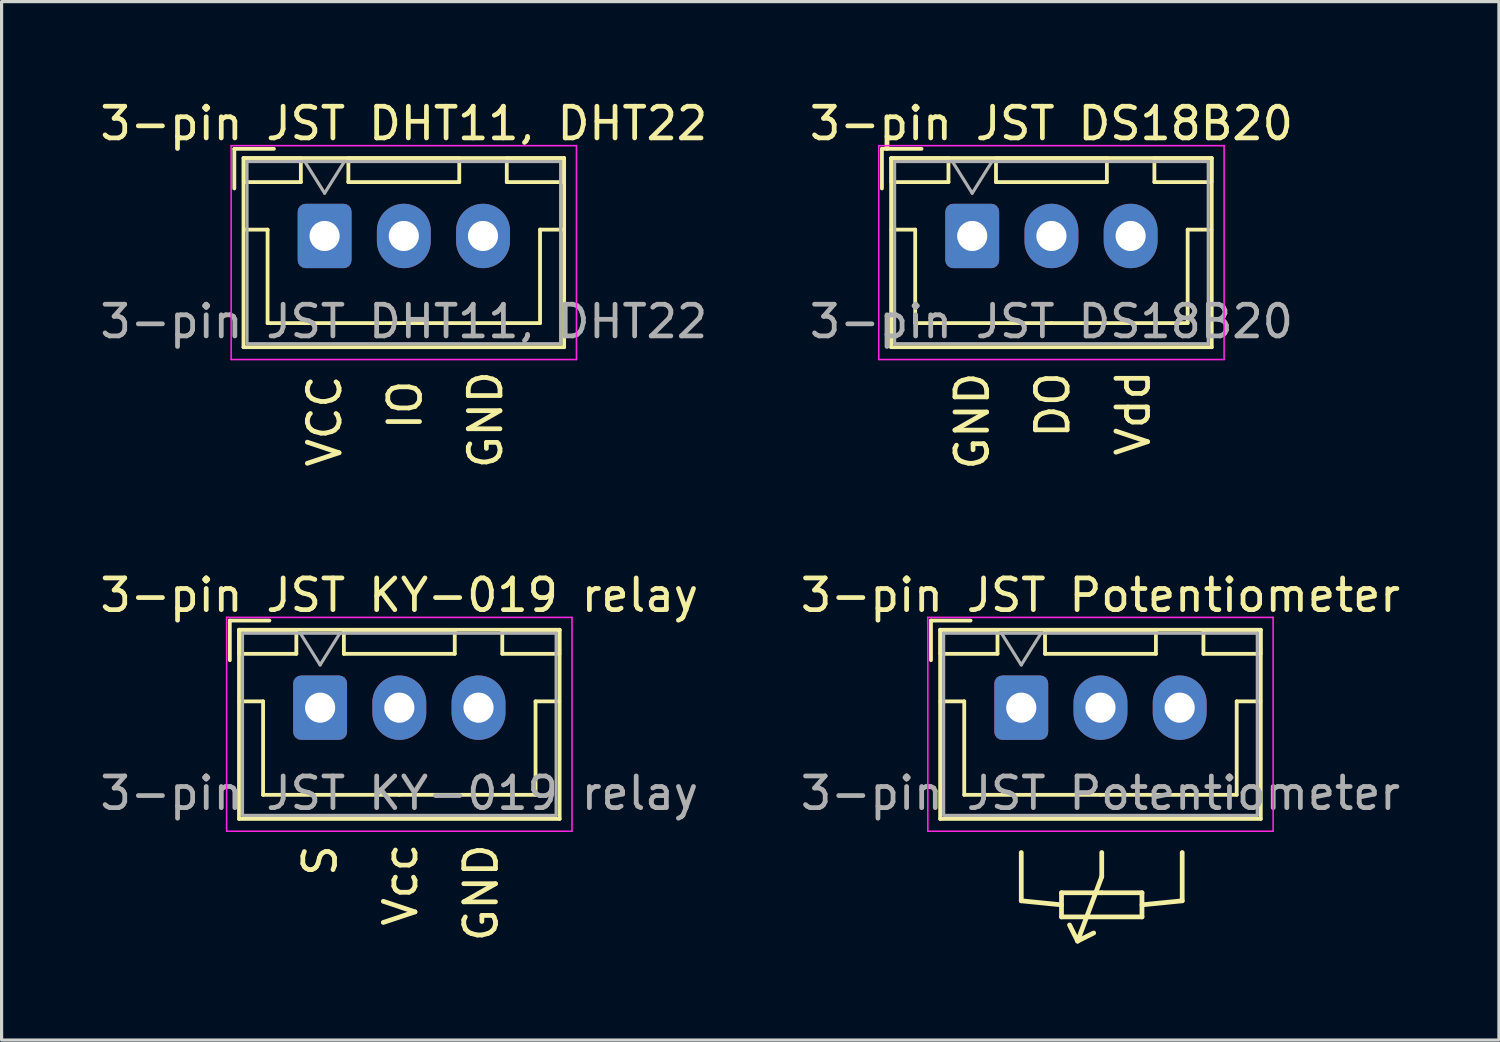
<source format=kicad_pcb>
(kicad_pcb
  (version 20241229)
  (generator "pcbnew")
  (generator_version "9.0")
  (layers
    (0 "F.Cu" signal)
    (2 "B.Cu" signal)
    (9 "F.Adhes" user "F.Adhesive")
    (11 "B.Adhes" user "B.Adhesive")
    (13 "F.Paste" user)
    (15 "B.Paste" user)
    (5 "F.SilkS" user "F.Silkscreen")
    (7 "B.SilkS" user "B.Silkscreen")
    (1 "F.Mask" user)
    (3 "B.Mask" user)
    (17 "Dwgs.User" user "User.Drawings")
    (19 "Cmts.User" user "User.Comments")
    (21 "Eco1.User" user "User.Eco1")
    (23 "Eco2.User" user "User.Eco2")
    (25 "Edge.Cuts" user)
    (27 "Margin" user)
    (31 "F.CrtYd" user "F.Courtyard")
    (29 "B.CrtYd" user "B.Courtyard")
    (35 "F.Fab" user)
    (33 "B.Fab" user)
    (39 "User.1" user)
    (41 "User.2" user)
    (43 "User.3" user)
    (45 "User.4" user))
  (footprint "3-pin JST KY-019 relay"
    (layer "F.Cu")
    (at 7.054 19.287)
    (property "Reference" "3-pin JST KY-019 relay" (at 2.5 -3.55 0) (layer "F.SilkS") (effects (font (size 1 1) (thickness 0.15))))
    (attr through_hole)
    (fp_line (start -2.85 -2.75) (end -2.85 -1.5) (stroke (width 0.12) (type solid)) (layer "F.SilkS"))
    (fp_line (start -2.56 -2.46) (end -2.56 3.51) (stroke (width 0.12) (type solid)) (layer "F.SilkS"))
    (fp_line (start -2.56 3.51) (end 7.56 3.51) (stroke (width 0.12) (type solid)) (layer "F.SilkS"))
    (fp_line (start -2.55 -2.45) (end -2.55 -1.7) (stroke (width 0.12) (type solid)) (layer "F.SilkS"))
    (fp_line (start -2.55 -1.7) (end -0.75 -1.7) (stroke (width 0.12) (type solid)) (layer "F.SilkS"))
    (fp_line (start -2.55 -0.2) (end -1.8 -0.2) (stroke (width 0.12) (type solid)) (layer "F.SilkS"))
    (fp_line (start -1.8 -0.2) (end -1.8 2.75) (stroke (width 0.12) (type solid)) (layer "F.SilkS"))
    (fp_line (start -1.8 2.75) (end 2.5 2.75) (stroke (width 0.12) (type solid)) (layer "F.SilkS"))
    (fp_line (start -1.6 -2.75) (end -2.85 -2.75) (stroke (width 0.12) (type solid)) (layer "F.SilkS"))
    (fp_line (start -0.75 -2.45) (end -2.55 -2.45) (stroke (width 0.12) (type solid)) (layer "F.SilkS"))
    (fp_line (start -0.75 -1.7) (end -0.75 -2.45) (stroke (width 0.12) (type solid)) (layer "F.SilkS"))
    (fp_line (start 0.75 -2.45) (end 0.75 -1.7) (stroke (width 0.12) (type solid)) (layer "F.SilkS"))
    (fp_line (start 0.75 -1.7) (end 4.25 -1.7) (stroke (width 0.12) (type solid)) (layer "F.SilkS"))
    (fp_line (start 4.25 -2.45) (end 0.75 -2.45) (stroke (width 0.12) (type solid)) (layer "F.SilkS"))
    (fp_line (start 4.25 -1.7) (end 4.25 -2.45) (stroke (width 0.12) (type solid)) (layer "F.SilkS"))
    (fp_line (start 5.75 -2.45) (end 5.75 -1.7) (stroke (width 0.12) (type solid)) (layer "F.SilkS"))
    (fp_line (start 5.75 -1.7) (end 7.55 -1.7) (stroke (width 0.12) (type solid)) (layer "F.SilkS"))
    (fp_line (start 6.8 -0.2) (end 6.8 2.75) (stroke (width 0.12) (type solid)) (layer "F.SilkS"))
    (fp_line (start 6.8 2.75) (end 2.5 2.75) (stroke (width 0.12) (type solid)) (layer "F.SilkS"))
    (fp_line (start 7.55 -2.45) (end 5.75 -2.45) (stroke (width 0.12) (type solid)) (layer "F.SilkS"))
    (fp_line (start 7.55 -1.7) (end 7.55 -2.45) (stroke (width 0.12) (type solid)) (layer "F.SilkS"))
    (fp_line (start 7.55 -0.2) (end 6.8 -0.2) (stroke (width 0.12) (type solid)) (layer "F.SilkS"))
    (fp_line (start 7.56 -2.46) (end -2.56 -2.46) (stroke (width 0.12) (type solid)) (layer "F.SilkS"))
    (fp_line (start 7.56 3.51) (end 7.56 -2.46) (stroke (width 0.12) (type solid)) (layer "F.SilkS"))
    (fp_line (start -2.95 -2.85) (end -2.95 3.9) (stroke (width 0.05) (type solid)) (layer "F.CrtYd"))
    (fp_line (start -2.95 3.9) (end 7.95 3.9) (stroke (width 0.05) (type solid)) (layer "F.CrtYd"))
    (fp_line (start 7.95 -2.85) (end -2.95 -2.85) (stroke (width 0.05) (type solid)) (layer "F.CrtYd"))
    (fp_line (start 7.95 3.9) (end 7.95 -2.85) (stroke (width 0.05) (type solid)) (layer "F.CrtYd"))
    (fp_line (start -2.45 -2.35) (end -2.45 3.4) (stroke (width 0.1) (type solid)) (layer "F.Fab"))
    (fp_line (start -2.45 3.4) (end 7.45 3.4) (stroke (width 0.1) (type solid)) (layer "F.Fab"))
    (fp_line (start -0.625 -2.35) (end 0 -1.35) (stroke (width 0.1) (type solid)) (layer "F.Fab"))
    (fp_line (start 0 -1.35) (end 0.625 -2.35) (stroke (width 0.1) (type solid)) (layer "F.Fab"))
    (fp_line (start 7.45 -2.35) (end -2.45 -2.35) (stroke (width 0.1) (type solid)) (layer "F.Fab"))
    (fp_line (start 7.45 3.4) (end 7.45 -2.35) (stroke (width 0.1) (type solid)) (layer "F.Fab"))
    (fp_text user "Vcc" (at 2.54 5.588 90) (unlocked yes) (layer "F.SilkS") (effects (font (size 1 1) (thickness 0.15))))
    (fp_text user "S" (at 0 4.826 90) (unlocked yes) (layer "F.SilkS") (effects (font (size 1 1) (thickness 0.15))))
    (fp_text user "GND" (at 5.08 5.842 90) (unlocked yes) (layer "F.SilkS") (effects (font (size 1 1) (thickness 0.15))))
    (fp_text user "${REFERENCE}" (at 2.5 2.7 0) (layer "F.Fab") (effects (font (size 1 1) (thickness 0.15))))
    (pad "1" thru_hole roundrect (at 0 0) (size 1.7 2.032) (drill 0.95) (layers "*.Cu" "*.Mask") (roundrect_rratio 0.147))
    (pad "2" thru_hole oval (at 2.5 0) (size 1.7 2.032) (drill 0.95) (layers "*.Cu" "*.Mask"))
    (pad "3" thru_hole oval (at 5 0) (size 1.7 2.032) (drill 0.95) (layers "*.Cu" "*.Mask")))
  (footprint "3-pin JST Potentiometer"
    (layer "F.Cu")
    (at 29.185 19.287)
    (property "Reference" "3-pin JST Potentiometer" (at 2.5 -3.55 0) (layer "F.SilkS") (effects (font (size 1 1) (thickness 0.15))))
    (attr through_hole)
    (fp_line (start -2.85 -2.75) (end -2.85 -1.5) (stroke (width 0.12) (type solid)) (layer "F.SilkS"))
    (fp_line (start -2.56 -2.46) (end -2.56 3.51) (stroke (width 0.12) (type solid)) (layer "F.SilkS"))
    (fp_line (start -2.56 3.51) (end 7.56 3.51) (stroke (width 0.12) (type solid)) (layer "F.SilkS"))
    (fp_line (start -2.55 -2.45) (end -2.55 -1.7) (stroke (width 0.12) (type solid)) (layer "F.SilkS"))
    (fp_line (start -2.55 -1.7) (end -0.75 -1.7) (stroke (width 0.12) (type solid)) (layer "F.SilkS"))
    (fp_line (start -2.55 -0.2) (end -1.8 -0.2) (stroke (width 0.12) (type solid)) (layer "F.SilkS"))
    (fp_line (start -1.8 -0.2) (end -1.8 2.75) (stroke (width 0.12) (type solid)) (layer "F.SilkS"))
    (fp_line (start -1.8 2.75) (end 2.5 2.75) (stroke (width 0.12) (type solid)) (layer "F.SilkS"))
    (fp_line (start -1.6 -2.75) (end -2.85 -2.75) (stroke (width 0.12) (type solid)) (layer "F.SilkS"))
    (fp_line (start -0.75 -2.45) (end -2.55 -2.45) (stroke (width 0.12) (type solid)) (layer "F.SilkS"))
    (fp_line (start -0.75 -1.7) (end -0.75 -2.45) (stroke (width 0.12) (type solid)) (layer "F.SilkS"))
    (fp_line (start 0 6.096) (end 0 4.572) (stroke (width 0.15) (type solid)) (layer "F.SilkS"))
    (fp_line (start 0.75 -2.45) (end 0.75 -1.7) (stroke (width 0.12) (type solid)) (layer "F.SilkS"))
    (fp_line (start 0.75 -1.7) (end 4.25 -1.7) (stroke (width 0.12) (type solid)) (layer "F.SilkS"))
    (fp_line (start 1.27 5.842) (end 1.27 6.604) (stroke (width 0.15) (type solid)) (layer "F.SilkS"))
    (fp_line (start 1.27 6.223) (end 0 6.096) (stroke (width 0.15) (type solid)) (layer "F.SilkS"))
    (fp_line (start 1.27 6.604) (end 3.81 6.604) (stroke (width 0.15) (type solid)) (layer "F.SilkS"))
    (fp_line (start 1.778 7.366) (end 1.524 6.858) (stroke (width 0.15) (type solid)) (layer "F.SilkS"))
    (fp_line (start 1.778 7.366) (end 2.286 7.112) (stroke (width 0.15) (type solid)) (layer "F.SilkS"))
    (fp_line (start 2.54 4.572) (end 2.54 5.334) (stroke (width 0.15) (type solid)) (layer "F.SilkS"))
    (fp_line (start 2.54 5.334) (end 1.778 7.366) (stroke (width 0.15) (type solid)) (layer "F.SilkS"))
    (fp_line (start 2.54 5.842) (end 1.27 5.842) (stroke (width 0.15) (type solid)) (layer "F.SilkS"))
    (fp_line (start 3.81 5.842) (end 2.54 5.842) (stroke (width 0.15) (type solid)) (layer "F.SilkS"))
    (fp_line (start 3.81 6.223) (end 5.08 6.096) (stroke (width 0.15) (type solid)) (layer "F.SilkS"))
    (fp_line (start 3.81 6.604) (end 3.81 5.842) (stroke (width 0.15) (type solid)) (layer "F.SilkS"))
    (fp_line (start 4.25 -2.45) (end 0.75 -2.45) (stroke (width 0.12) (type solid)) (layer "F.SilkS"))
    (fp_line (start 4.25 -1.7) (end 4.25 -2.45) (stroke (width 0.12) (type solid)) (layer "F.SilkS"))
    (fp_line (start 5.08 6.096) (end 5.08 4.572) (stroke (width 0.15) (type solid)) (layer "F.SilkS"))
    (fp_line (start 5.75 -2.45) (end 5.75 -1.7) (stroke (width 0.12) (type solid)) (layer "F.SilkS"))
    (fp_line (start 5.75 -1.7) (end 7.55 -1.7) (stroke (width 0.12) (type solid)) (layer "F.SilkS"))
    (fp_line (start 6.8 -0.2) (end 6.8 2.75) (stroke (width 0.12) (type solid)) (layer "F.SilkS"))
    (fp_line (start 6.8 2.75) (end 2.5 2.75) (stroke (width 0.12) (type solid)) (layer "F.SilkS"))
    (fp_line (start 7.55 -2.45) (end 5.75 -2.45) (stroke (width 0.12) (type solid)) (layer "F.SilkS"))
    (fp_line (start 7.55 -1.7) (end 7.55 -2.45) (stroke (width 0.12) (type solid)) (layer "F.SilkS"))
    (fp_line (start 7.55 -0.2) (end 6.8 -0.2) (stroke (width 0.12) (type solid)) (layer "F.SilkS"))
    (fp_line (start 7.56 -2.46) (end -2.56 -2.46) (stroke (width 0.12) (type solid)) (layer "F.SilkS"))
    (fp_line (start 7.56 3.51) (end 7.56 -2.46) (stroke (width 0.12) (type solid)) (layer "F.SilkS"))
    (fp_line (start -2.95 -2.85) (end -2.95 3.9) (stroke (width 0.05) (type solid)) (layer "F.CrtYd"))
    (fp_line (start -2.95 3.9) (end 7.95 3.9) (stroke (width 0.05) (type solid)) (layer "F.CrtYd"))
    (fp_line (start 7.95 -2.85) (end -2.95 -2.85) (stroke (width 0.05) (type solid)) (layer "F.CrtYd"))
    (fp_line (start 7.95 3.9) (end 7.95 -2.85) (stroke (width 0.05) (type solid)) (layer "F.CrtYd"))
    (fp_line (start -2.45 -2.35) (end -2.45 3.4) (stroke (width 0.1) (type solid)) (layer "F.Fab"))
    (fp_line (start -2.45 3.4) (end 7.45 3.4) (stroke (width 0.1) (type solid)) (layer "F.Fab"))
    (fp_line (start -0.625 -2.35) (end 0 -1.35) (stroke (width 0.1) (type solid)) (layer "F.Fab"))
    (fp_line (start 0 -1.35) (end 0.625 -2.35) (stroke (width 0.1) (type solid)) (layer "F.Fab"))
    (fp_line (start 7.45 -2.35) (end -2.45 -2.35) (stroke (width 0.1) (type solid)) (layer "F.Fab"))
    (fp_line (start 7.45 3.4) (end 7.45 -2.35) (stroke (width 0.1) (type solid)) (layer "F.Fab"))
    (fp_text user "${REFERENCE}" (at 2.5 2.7 0) (layer "F.Fab") (effects (font (size 1 1) (thickness 0.15))))
    (pad "1" thru_hole roundrect (at 0 0) (size 1.7 2.032) (drill 0.95) (layers "*.Cu" "*.Mask") (roundrect_rratio 0.147))
    (pad "2" thru_hole oval (at 2.5 0) (size 1.7 2.032) (drill 0.95) (layers "*.Cu" "*.Mask"))
    (pad "3" thru_hole oval (at 5 0) (size 1.7 2.032) (drill 0.95) (layers "*.Cu" "*.Mask")))
  (footprint "3-pin JST DHT11, DHT22"
    (layer "F.Cu")
    (at 7.196 4.398)
    (property "Reference" "3-pin JST DHT11, DHT22" (at 2.5 -3.55 0) (layer "F.SilkS") (effects (font (size 1 1) (thickness 0.15))))
    (attr through_hole)
    (fp_line (start -2.85 -2.75) (end -2.85 -1.5) (stroke (width 0.12) (type solid)) (layer "F.SilkS"))
    (fp_line (start -2.56 -2.46) (end -2.56 3.51) (stroke (width 0.12) (type solid)) (layer "F.SilkS"))
    (fp_line (start -2.56 3.51) (end 7.56 3.51) (stroke (width 0.12) (type solid)) (layer "F.SilkS"))
    (fp_line (start -2.55 -2.45) (end -2.55 -1.7) (stroke (width 0.12) (type solid)) (layer "F.SilkS"))
    (fp_line (start -2.55 -1.7) (end -0.75 -1.7) (stroke (width 0.12) (type solid)) (layer "F.SilkS"))
    (fp_line (start -2.55 -0.2) (end -1.8 -0.2) (stroke (width 0.12) (type solid)) (layer "F.SilkS"))
    (fp_line (start -1.8 -0.2) (end -1.8 2.75) (stroke (width 0.12) (type solid)) (layer "F.SilkS"))
    (fp_line (start -1.8 2.75) (end 2.5 2.75) (stroke (width 0.12) (type solid)) (layer "F.SilkS"))
    (fp_line (start -1.6 -2.75) (end -2.85 -2.75) (stroke (width 0.12) (type solid)) (layer "F.SilkS"))
    (fp_line (start -0.75 -2.45) (end -2.55 -2.45) (stroke (width 0.12) (type solid)) (layer "F.SilkS"))
    (fp_line (start -0.75 -1.7) (end -0.75 -2.45) (stroke (width 0.12) (type solid)) (layer "F.SilkS"))
    (fp_line (start 0.75 -2.45) (end 0.75 -1.7) (stroke (width 0.12) (type solid)) (layer "F.SilkS"))
    (fp_line (start 0.75 -1.7) (end 4.25 -1.7) (stroke (width 0.12) (type solid)) (layer "F.SilkS"))
    (fp_line (start 4.25 -2.45) (end 0.75 -2.45) (stroke (width 0.12) (type solid)) (layer "F.SilkS"))
    (fp_line (start 4.25 -1.7) (end 4.25 -2.45) (stroke (width 0.12) (type solid)) (layer "F.SilkS"))
    (fp_line (start 5.75 -2.45) (end 5.75 -1.7) (stroke (width 0.12) (type solid)) (layer "F.SilkS"))
    (fp_line (start 5.75 -1.7) (end 7.55 -1.7) (stroke (width 0.12) (type solid)) (layer "F.SilkS"))
    (fp_line (start 6.8 -0.2) (end 6.8 2.75) (stroke (width 0.12) (type solid)) (layer "F.SilkS"))
    (fp_line (start 6.8 2.75) (end 2.5 2.75) (stroke (width 0.12) (type solid)) (layer "F.SilkS"))
    (fp_line (start 7.55 -2.45) (end 5.75 -2.45) (stroke (width 0.12) (type solid)) (layer "F.SilkS"))
    (fp_line (start 7.55 -1.7) (end 7.55 -2.45) (stroke (width 0.12) (type solid)) (layer "F.SilkS"))
    (fp_line (start 7.55 -0.2) (end 6.8 -0.2) (stroke (width 0.12) (type solid)) (layer "F.SilkS"))
    (fp_line (start 7.56 -2.46) (end -2.56 -2.46) (stroke (width 0.12) (type solid)) (layer "F.SilkS"))
    (fp_line (start 7.56 3.51) (end 7.56 -2.46) (stroke (width 0.12) (type solid)) (layer "F.SilkS"))
    (fp_line (start -2.95 -2.85) (end -2.95 3.9) (stroke (width 0.05) (type solid)) (layer "F.CrtYd"))
    (fp_line (start -2.95 3.9) (end 7.95 3.9) (stroke (width 0.05) (type solid)) (layer "F.CrtYd"))
    (fp_line (start 7.95 -2.85) (end -2.95 -2.85) (stroke (width 0.05) (type solid)) (layer "F.CrtYd"))
    (fp_line (start 7.95 3.9) (end 7.95 -2.85) (stroke (width 0.05) (type solid)) (layer "F.CrtYd"))
    (fp_line (start -2.45 -2.35) (end -2.45 3.4) (stroke (width 0.1) (type solid)) (layer "F.Fab"))
    (fp_line (start -2.45 3.4) (end 7.45 3.4) (stroke (width 0.1) (type solid)) (layer "F.Fab"))
    (fp_line (start -0.625 -2.35) (end 0 -1.35) (stroke (width 0.1) (type solid)) (layer "F.Fab"))
    (fp_line (start 0 -1.35) (end 0.625 -2.35) (stroke (width 0.1) (type solid)) (layer "F.Fab"))
    (fp_line (start 7.45 -2.35) (end -2.45 -2.35) (stroke (width 0.1) (type solid)) (layer "F.Fab"))
    (fp_line (start 7.45 3.4) (end 7.45 -2.35) (stroke (width 0.1) (type solid)) (layer "F.Fab"))
    (fp_text user "GND" (at 5.08 5.8 90) (unlocked yes) (layer "F.SilkS") (effects (font (size 1 1) (thickness 0.15))))
    (fp_text user "VCC" (at 0 5.842 90) (unlocked yes) (layer "F.SilkS") (effects (font (size 1 1) (thickness 0.15))))
    (fp_text user "IO" (at 2.54 5.334 90) (unlocked yes) (layer "F.SilkS") (effects (font (size 1 1) (thickness 0.15))))
    (fp_text user "${REFERENCE}" (at 2.5 2.7 0) (layer "F.Fab") (effects (font (size 1 1) (thickness 0.15))))
    (pad "1" thru_hole roundrect (at 0 0) (size 1.7 2.032) (drill 0.95) (layers "*.Cu" "*.Mask") (roundrect_rratio 0.147))
    (pad "2" thru_hole oval (at 2.5 0) (size 1.7 2.032) (drill 0.95) (layers "*.Cu" "*.Mask"))
    (pad "4" thru_hole oval (at 5 0) (size 1.7 2.032) (drill 0.95) (layers "*.Cu" "*.Mask")))
  (footprint "3-pin JST DS18B20"
    (layer "F.Cu")
    (at 27.637 4.398)
    (property "Reference" "3-pin JST DS18B20" (at 2.5 -3.55 0) (layer "F.SilkS") (effects (font (size 1 1) (thickness 0.15))))
    (attr through_hole)
    (fp_line (start -2.85 -2.75) (end -2.85 -1.5) (stroke (width 0.12) (type solid)) (layer "F.SilkS"))
    (fp_line (start -2.56 -2.46) (end -2.56 3.51) (stroke (width 0.12) (type solid)) (layer "F.SilkS"))
    (fp_line (start -2.56 3.51) (end 7.56 3.51) (stroke (width 0.12) (type solid)) (layer "F.SilkS"))
    (fp_line (start -2.55 -2.45) (end -2.55 -1.7) (stroke (width 0.12) (type solid)) (layer "F.SilkS"))
    (fp_line (start -2.55 -1.7) (end -0.75 -1.7) (stroke (width 0.12) (type solid)) (layer "F.SilkS"))
    (fp_line (start -2.55 -0.2) (end -1.8 -0.2) (stroke (width 0.12) (type solid)) (layer "F.SilkS"))
    (fp_line (start -1.8 -0.2) (end -1.8 2.75) (stroke (width 0.12) (type solid)) (layer "F.SilkS"))
    (fp_line (start -1.8 2.75) (end 2.5 2.75) (stroke (width 0.12) (type solid)) (layer "F.SilkS"))
    (fp_line (start -1.6 -2.75) (end -2.85 -2.75) (stroke (width 0.12) (type solid)) (layer "F.SilkS"))
    (fp_line (start -0.75 -2.45) (end -2.55 -2.45) (stroke (width 0.12) (type solid)) (layer "F.SilkS"))
    (fp_line (start -0.75 -1.7) (end -0.75 -2.45) (stroke (width 0.12) (type solid)) (layer "F.SilkS"))
    (fp_line (start 0.75 -2.45) (end 0.75 -1.7) (stroke (width 0.12) (type solid)) (layer "F.SilkS"))
    (fp_line (start 0.75 -1.7) (end 4.25 -1.7) (stroke (width 0.12) (type solid)) (layer "F.SilkS"))
    (fp_line (start 4.25 -2.45) (end 0.75 -2.45) (stroke (width 0.12) (type solid)) (layer "F.SilkS"))
    (fp_line (start 4.25 -1.7) (end 4.25 -2.45) (stroke (width 0.12) (type solid)) (layer "F.SilkS"))
    (fp_line (start 5.75 -2.45) (end 5.75 -1.7) (stroke (width 0.12) (type solid)) (layer "F.SilkS"))
    (fp_line (start 5.75 -1.7) (end 7.55 -1.7) (stroke (width 0.12) (type solid)) (layer "F.SilkS"))
    (fp_line (start 6.8 -0.2) (end 6.8 2.75) (stroke (width 0.12) (type solid)) (layer "F.SilkS"))
    (fp_line (start 6.8 2.75) (end 2.5 2.75) (stroke (width 0.12) (type solid)) (layer "F.SilkS"))
    (fp_line (start 7.55 -2.45) (end 5.75 -2.45) (stroke (width 0.12) (type solid)) (layer "F.SilkS"))
    (fp_line (start 7.55 -1.7) (end 7.55 -2.45) (stroke (width 0.12) (type solid)) (layer "F.SilkS"))
    (fp_line (start 7.55 -0.2) (end 6.8 -0.2) (stroke (width 0.12) (type solid)) (layer "F.SilkS"))
    (fp_line (start 7.56 -2.46) (end -2.56 -2.46) (stroke (width 0.12) (type solid)) (layer "F.SilkS"))
    (fp_line (start 7.56 3.51) (end 7.56 -2.46) (stroke (width 0.12) (type solid)) (layer "F.SilkS"))
    (fp_line (start -2.95 -2.85) (end -2.95 3.9) (stroke (width 0.05) (type solid)) (layer "F.CrtYd"))
    (fp_line (start -2.95 3.9) (end 7.95 3.9) (stroke (width 0.05) (type solid)) (layer "F.CrtYd"))
    (fp_line (start 7.95 -2.85) (end -2.95 -2.85) (stroke (width 0.05) (type solid)) (layer "F.CrtYd"))
    (fp_line (start 7.95 3.9) (end 7.95 -2.85) (stroke (width 0.05) (type solid)) (layer "F.CrtYd"))
    (fp_line (start -2.45 -2.35) (end -2.45 3.4) (stroke (width 0.1) (type solid)) (layer "F.Fab"))
    (fp_line (start -2.45 3.4) (end 7.45 3.4) (stroke (width 0.1) (type solid)) (layer "F.Fab"))
    (fp_line (start -0.625 -2.35) (end 0 -1.35) (stroke (width 0.1) (type solid)) (layer "F.Fab"))
    (fp_line (start 0 -1.35) (end 0.625 -2.35) (stroke (width 0.1) (type solid)) (layer "F.Fab"))
    (fp_line (start 7.45 -2.35) (end -2.45 -2.35) (stroke (width 0.1) (type solid)) (layer "F.Fab"))
    (fp_line (start 7.45 3.4) (end 7.45 -2.35) (stroke (width 0.1) (type solid)) (layer "F.Fab"))
    (fp_text user "GND" (at 0 5.842 90) (unlocked yes) (layer "F.SilkS") (effects (font (size 1 1) (thickness 0.15))))
    (fp_text user "Vdd" (at 5.08 5.588 90) (unlocked yes) (layer "F.SilkS") (effects (font (size 1 1) (thickness 0.15))))
    (fp_text user "DO" (at 2.54 5.334 90) (unlocked yes) (layer "F.SilkS") (effects (font (size 1 1) (thickness 0.15))))
    (fp_text user "${REFERENCE}" (at 2.5 2.7 0) (layer "F.Fab") (effects (font (size 1 1) (thickness 0.15))))
    (pad "1" thru_hole roundrect (at 0 0) (size 1.7 2.032) (drill 0.95) (layers "*.Cu" "*.Mask") (roundrect_rratio 0.147))
    (pad "2" thru_hole oval (at 2.5 0) (size 1.7 2.032) (drill 0.95) (layers "*.Cu" "*.Mask"))
    (pad "3" thru_hole oval (at 5 0) (size 1.7 2.032) (drill 0.95) (layers "*.Cu" "*.Mask")))
  (gr_rect
    (start -3 -3)
    (end 44.262 29.778)
    (stroke (width 0.1) (type default))
    (fill no)
    (layer "Edge.Cuts")))
</source>
